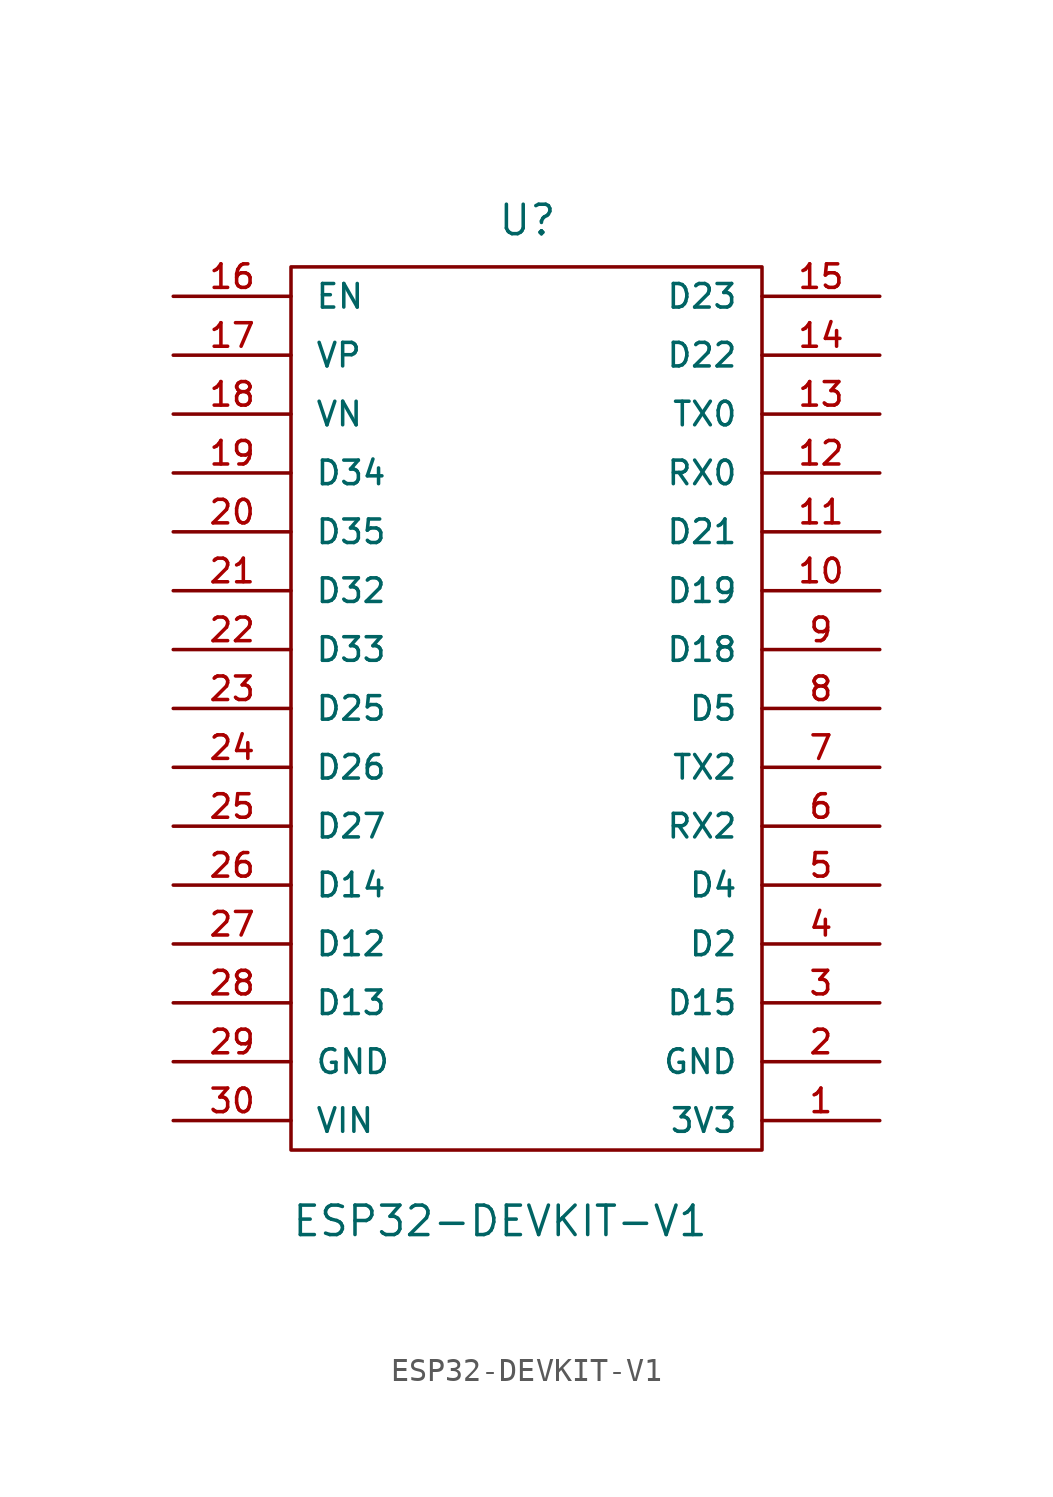
<source format=kicad_sym>
(kicad_symbol_lib
  (version 20211014)
  (generator kicad_symbol_editor)
  (symbol "ESP32-DEVKIT-V1"
    (pin_names
      (offset 1.016))
    (property "Reference" "U"
      (at -1.27 12.7 0)
      (effects (font (size 1.27 1.27)) (justify left bottom)))
    (property "Value" "ESP32-DEVKIT-V1"
      (at -10.16 -30.48 0)
      (effects (font (size 1.27 1.27)) (justify left bottom)))
    (property "ki_locked" ""
      (at 0 0 0)
      (effects (font (size 1.27 1.27))))
    (symbol "ESP32-DEVKIT-V1_0_0"
      (pin output line (at 15.24 -25.4 180) (length 5.08) (name "3V3" (effects (font (size 1.016 1.016)))) (number "1" (effects (font (size 1.016 1.016)))))
      (pin bidirectional line (at 15.24 -2.54 180) (length 5.08) (name "D19" (effects (font (size 1.016 1.016)))) (number "10" (effects (font (size 1.016 1.016)))))
      (pin bidirectional line (at 15.24 0 180) (length 5.08) (name "D21" (effects (font (size 1.016 1.016)))) (number "11" (effects (font (size 1.016 1.016)))))
      (pin input line (at 15.24 2.54 180) (length 5.08) (name "RX0" (effects (font (size 1.016 1.016)))) (number "12" (effects (font (size 1.016 1.016)))))
      (pin output line (at 15.24 5.08 180) (length 5.08) (name "TX0" (effects (font (size 1.016 1.016)))) (number "13" (effects (font (size 1.016 1.016)))))
      (pin bidirectional line (at 15.24 7.62 180) (length 5.08) (name "D22" (effects (font (size 1.016 1.016)))) (number "14" (effects (font (size 1.016 1.016)))))
      (pin bidirectional line (at 15.24 10.16 180) (length 5.08) (name "D23" (effects (font (size 1.016 1.016)))) (number "15" (effects (font (size 1.016 1.016)))))
      (pin input line (at -15.24 10.16 0) (length 5.08) (name "EN" (effects (font (size 1.016 1.016)))) (number "16" (effects (font (size 1.016 1.016)))))
      (pin bidirectional line (at -15.24 7.62 0) (length 5.08) (name "VP" (effects (font (size 1.016 1.016)))) (number "17" (effects (font (size 1.016 1.016)))))
      (pin bidirectional line (at -15.24 5.08 0) (length 5.08) (name "VN" (effects (font (size 1.016 1.016)))) (number "18" (effects (font (size 1.016 1.016)))))
      (pin bidirectional line (at -15.24 2.54 0) (length 5.08) (name "D34" (effects (font (size 1.016 1.016)))) (number "19" (effects (font (size 1.016 1.016)))))
      (pin power_in line (at 15.24 -22.86 180) (length 5.08) (name "GND" (effects (font (size 1.016 1.016)))) (number "2" (effects (font (size 1.016 1.016)))))
      (pin bidirectional line (at -15.24 0 0) (length 5.08) (name "D35" (effects (font (size 1.016 1.016)))) (number "20" (effects (font (size 1.016 1.016)))))
      (pin bidirectional line (at -15.24 -2.54 0) (length 5.08) (name "D32" (effects (font (size 1.016 1.016)))) (number "21" (effects (font (size 1.016 1.016)))))
      (pin bidirectional line (at -15.24 -5.08 0) (length 5.08) (name "D33" (effects (font (size 1.016 1.016)))) (number "22" (effects (font (size 1.016 1.016)))))
      (pin bidirectional line (at -15.24 -7.62 0) (length 5.08) (name "D25" (effects (font (size 1.016 1.016)))) (number "23" (effects (font (size 1.016 1.016)))))
      (pin bidirectional line (at -15.24 -10.16 0) (length 5.08) (name "D26" (effects (font (size 1.016 1.016)))) (number "24" (effects (font (size 1.016 1.016)))))
      (pin bidirectional line (at -15.24 -12.7 0) (length 5.08) (name "D27" (effects (font (size 1.016 1.016)))) (number "25" (effects (font (size 1.016 1.016)))))
      (pin bidirectional line (at -15.24 -15.24 0) (length 5.08) (name "D14" (effects (font (size 1.016 1.016)))) (number "26" (effects (font (size 1.016 1.016)))))
      (pin bidirectional line (at -15.24 -17.78 0) (length 5.08) (name "D12" (effects (font (size 1.016 1.016)))) (number "27" (effects (font (size 1.016 1.016)))))
      (pin bidirectional line (at -15.24 -20.32 0) (length 5.08) (name "D13" (effects (font (size 1.016 1.016)))) (number "28" (effects (font (size 1.016 1.016)))))
      (pin power_in line (at -15.24 -22.86 0) (length 5.08) (name "GND" (effects (font (size 1.016 1.016)))) (number "29" (effects (font (size 1.016 1.016)))))
      (pin bidirectional line (at 15.24 -20.32 180) (length 5.08) (name "D15" (effects (font (size 1.016 1.016)))) (number "3" (effects (font (size 1.016 1.016)))))
      (pin input line (at -15.24 -25.4 0) (length 5.08) (name "VIN" (effects (font (size 1.016 1.016)))) (number "30" (effects (font (size 1.016 1.016)))))
      (pin bidirectional line (at 15.24 -17.78 180) (length 5.08) (name "D2" (effects (font (size 1.016 1.016)))) (number "4" (effects (font (size 1.016 1.016)))))
      (pin bidirectional line (at 15.24 -15.24 180) (length 5.08) (name "D4" (effects (font (size 1.016 1.016)))) (number "5" (effects (font (size 1.016 1.016)))))
      (pin input line (at 15.24 -12.7 180) (length 5.08) (name "RX2" (effects (font (size 1.016 1.016)))) (number "6" (effects (font (size 1.016 1.016)))))
      (pin output line (at 15.24 -10.16 180) (length 5.08) (name "TX2" (effects (font (size 1.016 1.016)))) (number "7" (effects (font (size 1.016 1.016)))))
      (pin bidirectional line (at 15.24 -7.62 180) (length 5.08) (name "D5" (effects (font (size 1.016 1.016)))) (number "8" (effects (font (size 1.016 1.016)))))
      (pin bidirectional line (at 15.24 -5.08 180) (length 5.08) (name "D18" (effects (font (size 1.016 1.016)))) (number "9" (effects (font (size 1.016 1.016))))))
    (symbol "ESP32-DEVKIT-V1_1_1"
      (rectangle (start -10.16 11.43) (end 10.16 -26.67) (stroke (width 0) (type default) (color 0 0 0 0)) (fill (type none))))))
</source>
